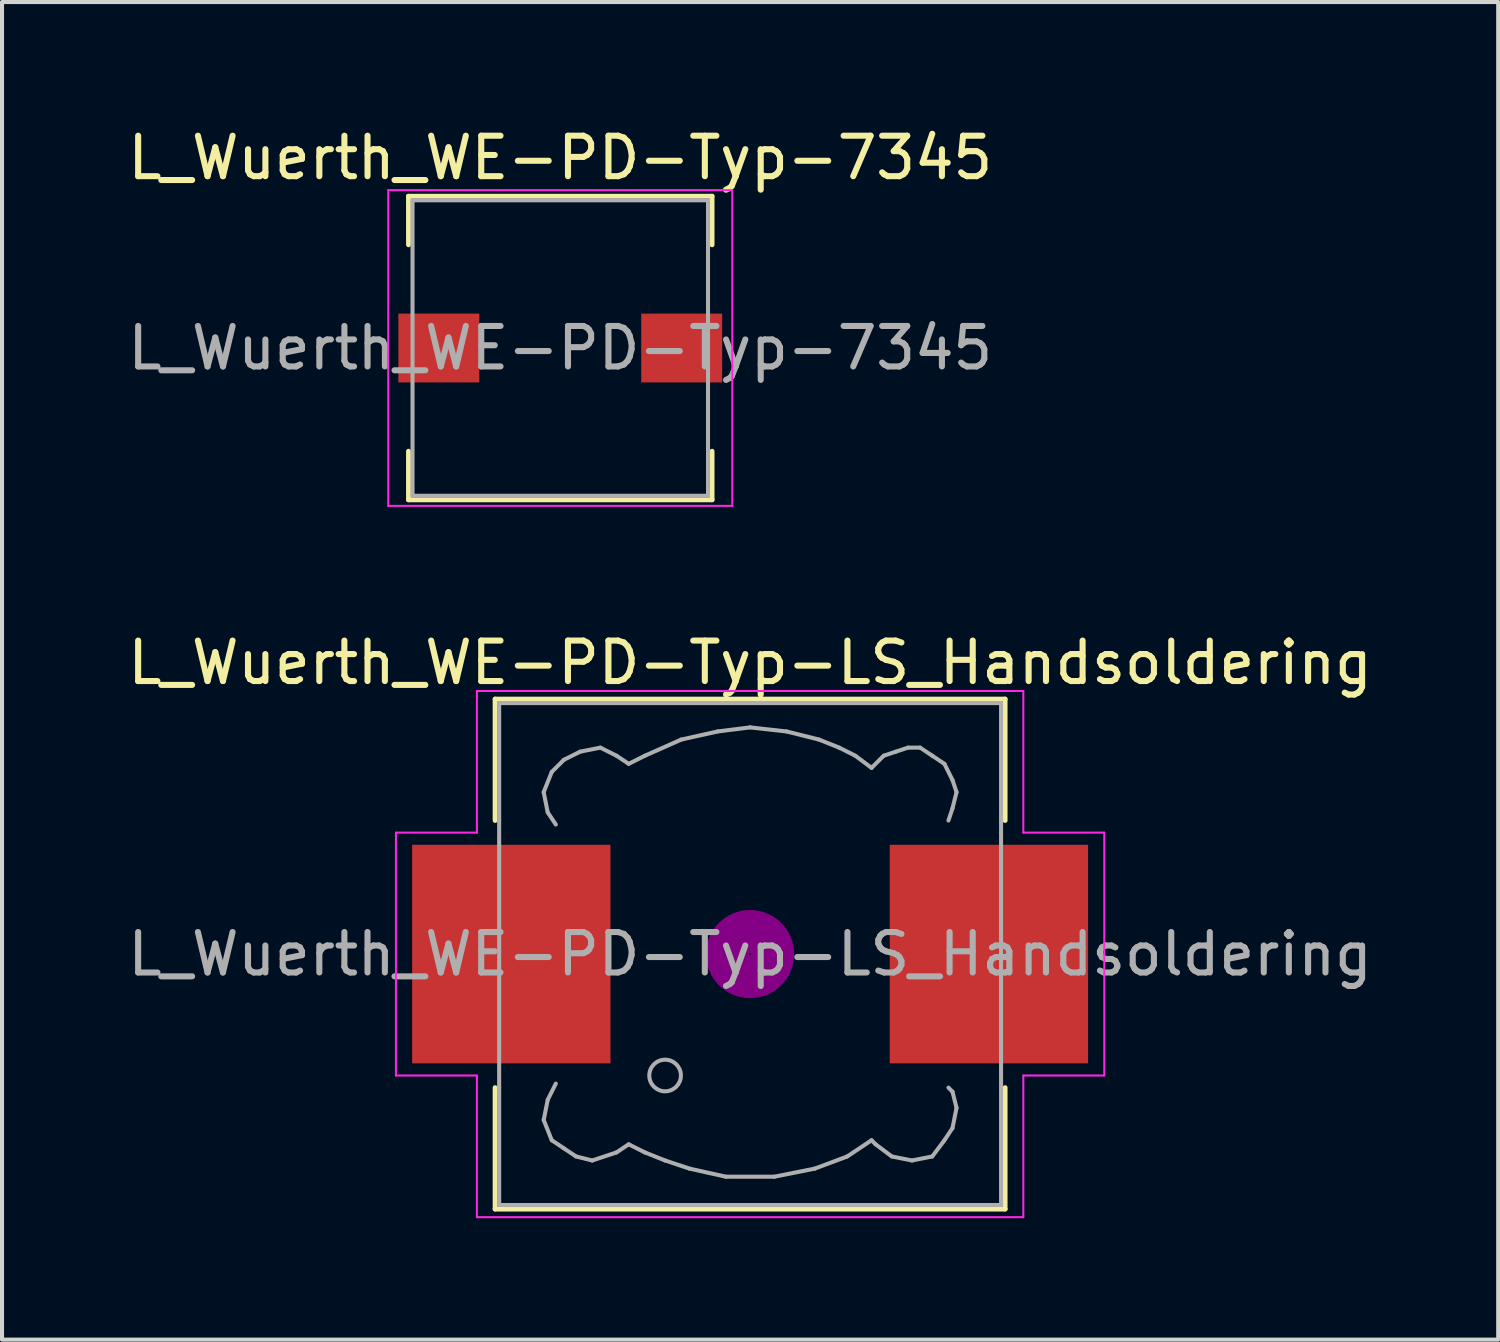
<source format=kicad_pcb>
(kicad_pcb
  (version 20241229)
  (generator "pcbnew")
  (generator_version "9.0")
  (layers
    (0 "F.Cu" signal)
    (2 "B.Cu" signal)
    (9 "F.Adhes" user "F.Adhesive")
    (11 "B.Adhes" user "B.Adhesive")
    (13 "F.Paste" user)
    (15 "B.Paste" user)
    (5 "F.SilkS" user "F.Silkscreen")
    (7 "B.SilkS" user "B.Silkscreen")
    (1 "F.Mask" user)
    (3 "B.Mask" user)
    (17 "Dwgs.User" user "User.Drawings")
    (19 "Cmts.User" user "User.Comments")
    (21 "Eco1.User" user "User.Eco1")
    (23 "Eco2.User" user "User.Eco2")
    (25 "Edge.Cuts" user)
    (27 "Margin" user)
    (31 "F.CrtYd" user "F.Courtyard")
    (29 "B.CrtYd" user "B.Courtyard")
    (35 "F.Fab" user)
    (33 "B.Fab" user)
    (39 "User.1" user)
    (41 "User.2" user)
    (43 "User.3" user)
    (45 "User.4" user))
  (footprint "L_Wuerth_WE-PD-Typ-7345"
    (layer "F.Cu")
    (at 10.792 5.548)
    (property "Reference" "L_Wuerth_WE-PD-Typ-7345" (at 0 -4.7 0) (layer "F.SilkS") (effects (font (size 1 1) (thickness 0.15))))
    (attr smd)
    (fp_line (start -3.75 -3.75) (end 3.75 -3.75) (stroke (width 0.12) (type solid)) (layer "F.SilkS"))
    (fp_line (start -3.75 -2.55) (end -3.75 -3.75) (stroke (width 0.12) (type solid)) (layer "F.SilkS"))
    (fp_line (start -3.75 3.75) (end -3.75 2.55) (stroke (width 0.12) (type solid)) (layer "F.SilkS"))
    (fp_line (start -3.75 3.75) (end 3.75 3.75) (stroke (width 0.12) (type solid)) (layer "F.SilkS"))
    (fp_line (start 3.75 -2.55) (end 3.75 -3.75) (stroke (width 0.12) (type solid)) (layer "F.SilkS"))
    (fp_line (start 3.75 3.75) (end 3.75 2.55) (stroke (width 0.12) (type solid)) (layer "F.SilkS"))
    (fp_line (start -4.25 -3.9) (end 4.25 -3.9) (stroke (width 0.05) (type solid)) (layer "F.CrtYd"))
    (fp_line (start -4.25 3.9) (end -4.25 -3.9) (stroke (width 0.05) (type solid)) (layer "F.CrtYd"))
    (fp_line (start 4.25 -3.9) (end 4.25 3.9) (stroke (width 0.05) (type solid)) (layer "F.CrtYd"))
    (fp_line (start 4.25 3.9) (end -4.25 3.9) (stroke (width 0.05) (type solid)) (layer "F.CrtYd"))
    (fp_line (start -3.65 -3.65) (end -3.65 3.65) (stroke (width 0.1) (type solid)) (layer "F.Fab"))
    (fp_line (start -3.65 3.65) (end 3.65 3.65) (stroke (width 0.1) (type solid)) (layer "F.Fab"))
    (fp_line (start 3.65 -3.65) (end -3.65 -3.65) (stroke (width 0.1) (type solid)) (layer "F.Fab"))
    (fp_line (start 3.65 3.65) (end 3.65 -3.65) (stroke (width 0.1) (type solid)) (layer "F.Fab"))
    (fp_text user "${REFERENCE}" (at 0 0 0) (layer "F.Fab") (effects (font (size 1 1) (thickness 0.15))))
    (pad "1" smd rect (at -3 0) (size 2 1.7) (layers "F.Cu" "F.Mask" "F.Paste"))
    (pad "2" smd rect (at 3 0) (size 2 1.7) (layers "F.Cu" "F.Mask" "F.Paste")))
  (footprint "L_Wuerth_WE-PD-Typ-LS_Handsoldering"
    (layer "F.Cu")
    (at 15.482 20.521)
    (property "Reference" "L_Wuerth_WE-PD-Typ-LS_Handsoldering" (at 0 -7.2 0) (layer "F.SilkS") (effects (font (size 1 1) (thickness 0.15))))
    (attr smd)
    (fp_line (start -6.3 -6.3) (end 6.3 -6.3) (stroke (width 0.12) (type solid)) (layer "F.SilkS"))
    (fp_line (start -6.3 -3.3) (end -6.3 -6.3) (stroke (width 0.12) (type solid)) (layer "F.SilkS"))
    (fp_line (start -6.3 6.3) (end -6.3 3.3) (stroke (width 0.12) (type solid)) (layer "F.SilkS"))
    (fp_line (start 6.3 -6.3) (end 6.3 -3.3) (stroke (width 0.12) (type solid)) (layer "F.SilkS"))
    (fp_line (start 6.3 3.3) (end 6.3 6.3) (stroke (width 0.12) (type solid)) (layer "F.SilkS"))
    (fp_line (start 6.3 6.3) (end -6.3 6.3) (stroke (width 0.12) (type solid)) (layer "F.SilkS"))
    (fp_circle (center 0 0) (end 0.15 0.15) (stroke (width 0.38) (type solid)) (fill no) (layer "F.Adhes"))
    (fp_circle (center 0 0) (end 0.55 0) (stroke (width 0.38) (type solid)) (fill no) (layer "F.Adhes"))
    (fp_circle (center 0 0) (end 0.9 0) (stroke (width 0.38) (type solid)) (fill no) (layer "F.Adhes"))
    (fp_line (start -8.75 -3) (end -6.75 -3) (stroke (width 0.05) (type solid)) (layer "F.CrtYd"))
    (fp_line (start -8.75 3) (end -8.75 -3) (stroke (width 0.05) (type solid)) (layer "F.CrtYd"))
    (fp_line (start -6.75 -6.5) (end 6.75 -6.5) (stroke (width 0.05) (type solid)) (layer "F.CrtYd"))
    (fp_line (start -6.75 -3) (end -6.75 -6.5) (stroke (width 0.05) (type solid)) (layer "F.CrtYd"))
    (fp_line (start -6.75 3) (end -8.75 3) (stroke (width 0.05) (type solid)) (layer "F.CrtYd"))
    (fp_line (start -6.75 6.5) (end -6.75 3) (stroke (width 0.05) (type solid)) (layer "F.CrtYd"))
    (fp_line (start 6.75 -6.5) (end 6.75 -3) (stroke (width 0.05) (type solid)) (layer "F.CrtYd"))
    (fp_line (start 6.75 -3) (end 8.75 -3) (stroke (width 0.05) (type solid)) (layer "F.CrtYd"))
    (fp_line (start 6.75 3) (end 6.75 6.5) (stroke (width 0.05) (type solid)) (layer "F.CrtYd"))
    (fp_line (start 6.75 6.5) (end -6.75 6.5) (stroke (width 0.05) (type solid)) (layer "F.CrtYd"))
    (fp_line (start 8.75 -3) (end 8.75 3) (stroke (width 0.05) (type solid)) (layer "F.CrtYd"))
    (fp_line (start 8.75 3) (end 6.75 3) (stroke (width 0.05) (type solid)) (layer "F.CrtYd"))
    (fp_line (start -6.2 -6.2) (end -6.2 -3.3) (stroke (width 0.1) (type solid)) (layer "F.Fab"))
    (fp_line (start -6.2 -3.3) (end -6.2 3.3) (stroke (width 0.1) (type solid)) (layer "F.Fab"))
    (fp_line (start -6.2 3.3) (end -6.2 6.2) (stroke (width 0.1) (type solid)) (layer "F.Fab"))
    (fp_line (start -6.2 6.2) (end 6.2 6.2) (stroke (width 0.1) (type solid)) (layer "F.Fab"))
    (fp_line (start -5.1 -4) (end -5 -3.5) (stroke (width 0.1) (type solid)) (layer "F.Fab"))
    (fp_line (start -5.1 4.1) (end -5 3.6) (stroke (width 0.1) (type solid)) (layer "F.Fab"))
    (fp_line (start -5 -3.5) (end -4.8 -3.2) (stroke (width 0.1) (type solid)) (layer "F.Fab"))
    (fp_line (start -5 3.6) (end -4.8 3.2) (stroke (width 0.1) (type solid)) (layer "F.Fab"))
    (fp_line (start -4.9 -4.5) (end -5.1 -4) (stroke (width 0.1) (type solid)) (layer "F.Fab"))
    (fp_line (start -4.9 4.6) (end -5.1 4.1) (stroke (width 0.1) (type solid)) (layer "F.Fab"))
    (fp_line (start -4.6 -4.8) (end -4.9 -4.5) (stroke (width 0.1) (type solid)) (layer "F.Fab"))
    (fp_line (start -4.6 4.8) (end -4.9 4.6) (stroke (width 0.1) (type solid)) (layer "F.Fab"))
    (fp_line (start -4.3 5) (end -4.6 4.8) (stroke (width 0.1) (type solid)) (layer "F.Fab"))
    (fp_line (start -4.2 -5) (end -4.6 -4.8) (stroke (width 0.1) (type solid)) (layer "F.Fab"))
    (fp_line (start -3.9 5.1) (end -4.3 5) (stroke (width 0.1) (type solid)) (layer "F.Fab"))
    (fp_line (start -3.7 -5.1) (end -4.2 -5) (stroke (width 0.1) (type solid)) (layer "F.Fab"))
    (fp_line (start -3.3 -4.9) (end -3.7 -5.1) (stroke (width 0.1) (type solid)) (layer "F.Fab"))
    (fp_line (start -3.3 4.9) (end -3.9 5.1) (stroke (width 0.1) (type solid)) (layer "F.Fab"))
    (fp_line (start -3 -4.7) (end -3.3 -4.9) (stroke (width 0.1) (type solid)) (layer "F.Fab"))
    (fp_line (start -3 4.7) (end -3.3 4.9) (stroke (width 0.1) (type solid)) (layer "F.Fab"))
    (fp_line (start -2.6 -4.9) (end -3 -4.7) (stroke (width 0.1) (type solid)) (layer "F.Fab"))
    (fp_line (start -2.6 4.9) (end -3 4.7) (stroke (width 0.1) (type solid)) (layer "F.Fab"))
    (fp_line (start -2.1 5.1) (end -2.6 4.9) (stroke (width 0.1) (type solid)) (layer "F.Fab"))
    (fp_line (start -1.7 -5.3) (end -2.6 -4.9) (stroke (width 0.1) (type solid)) (layer "F.Fab"))
    (fp_line (start -1.5 5.3) (end -2.1 5.1) (stroke (width 0.1) (type solid)) (layer "F.Fab"))
    (fp_line (start -0.8 -5.5) (end -1.7 -5.3) (stroke (width 0.1) (type solid)) (layer "F.Fab"))
    (fp_line (start -0.6 5.5) (end -1.5 5.3) (stroke (width 0.1) (type solid)) (layer "F.Fab"))
    (fp_line (start 0 -5.6) (end -0.8 -5.5) (stroke (width 0.1) (type solid)) (layer "F.Fab"))
    (fp_line (start 0.6 5.5) (end -0.6 5.5) (stroke (width 0.1) (type solid)) (layer "F.Fab"))
    (fp_line (start 0.9 -5.5) (end 0 -5.6) (stroke (width 0.1) (type solid)) (layer "F.Fab"))
    (fp_line (start 1.6 5.3) (end 0.6 5.5) (stroke (width 0.1) (type solid)) (layer "F.Fab"))
    (fp_line (start 1.7 -5.3) (end 0.9 -5.5) (stroke (width 0.1) (type solid)) (layer "F.Fab"))
    (fp_line (start 2.2 -5.1) (end 1.7 -5.3) (stroke (width 0.1) (type solid)) (layer "F.Fab"))
    (fp_line (start 2.4 5) (end 1.6 5.3) (stroke (width 0.1) (type solid)) (layer "F.Fab"))
    (fp_line (start 2.6 -4.9) (end 2.2 -5.1) (stroke (width 0.1) (type solid)) (layer "F.Fab"))
    (fp_line (start 3 -4.6) (end 2.6 -4.9) (stroke (width 0.1) (type solid)) (layer "F.Fab"))
    (fp_line (start 3 4.6) (end 2.4 5) (stroke (width 0.1) (type solid)) (layer "F.Fab"))
    (fp_line (start 3.1 4.7) (end 3 4.6) (stroke (width 0.1) (type solid)) (layer "F.Fab"))
    (fp_line (start 3.3 -4.9) (end 3 -4.6) (stroke (width 0.1) (type solid)) (layer "F.Fab"))
    (fp_line (start 3.5 5) (end 3.1 4.7) (stroke (width 0.1) (type solid)) (layer "F.Fab"))
    (fp_line (start 3.6 -5) (end 3.3 -4.9) (stroke (width 0.1) (type solid)) (layer "F.Fab"))
    (fp_line (start 3.9 -5.1) (end 3.6 -5) (stroke (width 0.1) (type solid)) (layer "F.Fab"))
    (fp_line (start 4 5.1) (end 3.5 5) (stroke (width 0.1) (type solid)) (layer "F.Fab"))
    (fp_line (start 4.2 -5.1) (end 3.9 -5.1) (stroke (width 0.1) (type solid)) (layer "F.Fab"))
    (fp_line (start 4.5 -4.9) (end 4.2 -5.1) (stroke (width 0.1) (type solid)) (layer "F.Fab"))
    (fp_line (start 4.5 5) (end 4 5.1) (stroke (width 0.1) (type solid)) (layer "F.Fab"))
    (fp_line (start 4.8 -4.7) (end 4.5 -4.9) (stroke (width 0.1) (type solid)) (layer "F.Fab"))
    (fp_line (start 4.8 4.6) (end 4.5 5) (stroke (width 0.1) (type solid)) (layer "F.Fab"))
    (fp_line (start 4.9 -3.3) (end 5 -3.6) (stroke (width 0.1) (type solid)) (layer "F.Fab"))
    (fp_line (start 4.9 3.3) (end 5 3.4) (stroke (width 0.1) (type solid)) (layer "F.Fab"))
    (fp_line (start 5 -4.3) (end 4.8 -4.7) (stroke (width 0.1) (type solid)) (layer "F.Fab"))
    (fp_line (start 5 -3.6) (end 5.1 -4) (stroke (width 0.1) (type solid)) (layer "F.Fab"))
    (fp_line (start 5 3.4) (end 5.1 3.8) (stroke (width 0.1) (type solid)) (layer "F.Fab"))
    (fp_line (start 5 4.3) (end 4.8 4.6) (stroke (width 0.1) (type solid)) (layer "F.Fab"))
    (fp_line (start 5.1 -4) (end 5 -4.3) (stroke (width 0.1) (type solid)) (layer "F.Fab"))
    (fp_line (start 5.1 3.8) (end 5 4.3) (stroke (width 0.1) (type solid)) (layer "F.Fab"))
    (fp_line (start 6.2 -6.2) (end -6.2 -6.2) (stroke (width 0.1) (type solid)) (layer "F.Fab"))
    (fp_line (start 6.2 -6.2) (end 6.2 -3.3) (stroke (width 0.1) (type solid)) (layer "F.Fab"))
    (fp_line (start 6.2 3.3) (end 6.2 -3.4) (stroke (width 0.1) (type solid)) (layer "F.Fab"))
    (fp_line (start 6.2 6.2) (end 6.2 3.3) (stroke (width 0.1) (type solid)) (layer "F.Fab"))
    (fp_circle (center -2.1 3) (end -1.8 3.25) (stroke (width 0.1) (type solid)) (fill no) (layer "F.Fab"))
    (fp_text user "${REFERENCE}" (at 0 0 0) (layer "F.Fab") (effects (font (size 1 1) (thickness 0.15))))
    (pad "1" smd rect (at -5.9 0) (size 4.9 5.4) (layers "F.Cu" "F.Mask" "F.Paste"))
    (pad "2" smd rect (at 5.9 0) (size 4.9 5.4) (layers "F.Cu" "F.Mask" "F.Paste")))
  (gr_rect
    (start -3 -3)
    (end 33.964 30.047)
    (stroke (width 0.1) (type default))
    (fill no)
    (layer "Edge.Cuts")))
</source>
